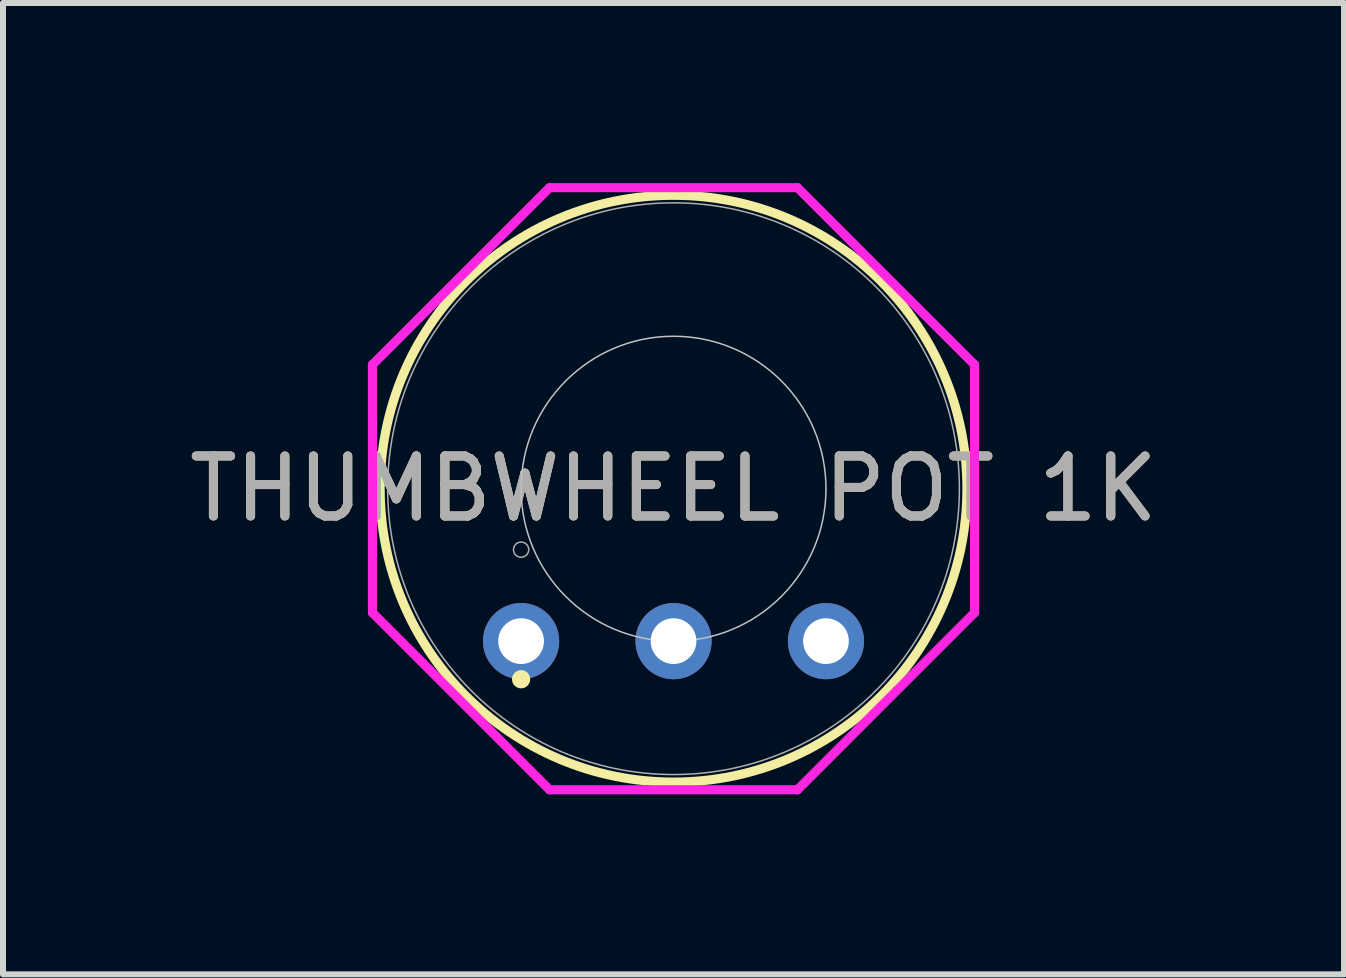
<source format=kicad_pcb>
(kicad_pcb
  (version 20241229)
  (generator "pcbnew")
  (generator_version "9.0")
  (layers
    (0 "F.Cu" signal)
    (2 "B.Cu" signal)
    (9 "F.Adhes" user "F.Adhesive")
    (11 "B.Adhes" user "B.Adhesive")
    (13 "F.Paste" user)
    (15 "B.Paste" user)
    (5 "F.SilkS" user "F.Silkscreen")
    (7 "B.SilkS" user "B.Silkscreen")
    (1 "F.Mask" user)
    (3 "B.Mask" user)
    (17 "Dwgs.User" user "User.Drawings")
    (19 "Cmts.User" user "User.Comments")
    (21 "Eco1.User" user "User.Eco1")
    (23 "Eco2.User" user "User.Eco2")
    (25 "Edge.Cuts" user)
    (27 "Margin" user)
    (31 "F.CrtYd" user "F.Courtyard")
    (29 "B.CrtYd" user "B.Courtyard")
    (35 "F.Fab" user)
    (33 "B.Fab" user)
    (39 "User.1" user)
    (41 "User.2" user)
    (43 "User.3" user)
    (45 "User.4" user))
  (footprint "THUMBWHEEL POT 1K"
    (layer "F.Cu")
    (at 5.633 7.633)
    (property "Reference" "THUMBWHEEL POT 1K" (at 2.54 -2.54 0) (unlocked yes) (layer "F.SilkS") (effects (font (size 1 1) (thickness 0.15))))
    (attr through_hole)
    (fp_circle (center 0 0.635) (end 0.076 0.635) (stroke (width 0.152) (type solid)) (fill no) (layer "F.SilkS"))
    (fp_circle (center 2.54 -2.54) (end 7.429 -2.54) (stroke (width 0.152) (type solid)) (fill no) (layer "F.SilkS"))
    (fp_circle (center 2.54 -2.54) (end 5.08 -2.54) (stroke (width 0.025) (type solid)) (fill no) (layer "Dwgs.User"))
    (fp_line (start -2.477 -4.606) (end 0.474 -7.556) (stroke (width 0.152) (type solid)) (layer "F.CrtYd"))
    (fp_line (start -2.477 -0.474) (end -2.477 -4.606) (stroke (width 0.152) (type solid)) (layer "F.CrtYd"))
    (fp_line (start 0.474 -7.556) (end 4.606 -7.556) (stroke (width 0.152) (type solid)) (layer "F.CrtYd"))
    (fp_line (start 0.474 2.477) (end -2.477 -0.474) (stroke (width 0.152) (type solid)) (layer "F.CrtYd"))
    (fp_line (start 4.606 -7.556) (end 7.556 -4.606) (stroke (width 0.152) (type solid)) (layer "F.CrtYd"))
    (fp_line (start 4.606 2.477) (end 0.474 2.477) (stroke (width 0.152) (type solid)) (layer "F.CrtYd"))
    (fp_line (start 7.556 -4.606) (end 7.556 -0.474) (stroke (width 0.152) (type solid)) (layer "F.CrtYd"))
    (fp_line (start 7.556 -0.474) (end 4.606 2.477) (stroke (width 0.152) (type solid)) (layer "F.CrtYd"))
    (fp_circle (center 0 -1.524) (end 0.127 -1.524) (stroke (width 0.025) (type solid)) (fill no) (layer "F.Fab"))
    (fp_circle (center 2.54 -2.54) (end 7.303 -2.54) (stroke (width 0.025) (type solid)) (fill no) (layer "F.Fab"))
    (fp_text user "${REFERENCE}" (at 2.54 -2.54 0) (unlocked yes) (layer "F.Fab") (effects (font (size 1 1) (thickness 0.15))))
    (pad "1" thru_hole circle (at 0 0) (size 1.27 1.27) (drill 0.762) (layers "*.Cu" "*.Mask"))
    (pad "2" thru_hole circle (at 2.54 0) (size 1.27 1.27) (drill 0.762) (layers "*.Cu" "*.Mask"))
    (pad "3" thru_hole circle (at 5.08 0) (size 1.27 1.27) (drill 0.762) (layers "*.Cu" "*.Mask")))
  (gr_rect
    (start -3 -3)
    (end 19.345 13.185)
    (stroke (width 0.1) (type default))
    (fill no)
    (layer "Edge.Cuts")))
</source>
